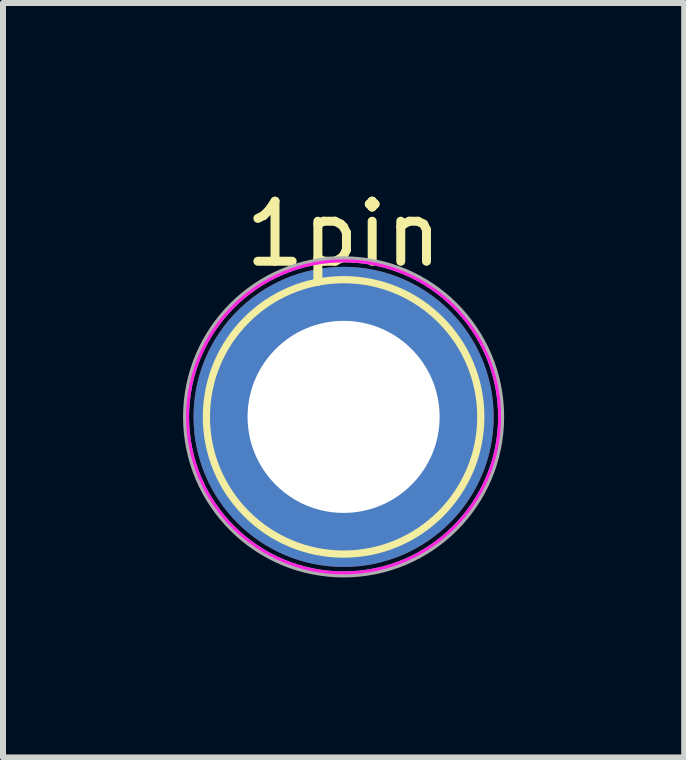
<source format=kicad_pcb>
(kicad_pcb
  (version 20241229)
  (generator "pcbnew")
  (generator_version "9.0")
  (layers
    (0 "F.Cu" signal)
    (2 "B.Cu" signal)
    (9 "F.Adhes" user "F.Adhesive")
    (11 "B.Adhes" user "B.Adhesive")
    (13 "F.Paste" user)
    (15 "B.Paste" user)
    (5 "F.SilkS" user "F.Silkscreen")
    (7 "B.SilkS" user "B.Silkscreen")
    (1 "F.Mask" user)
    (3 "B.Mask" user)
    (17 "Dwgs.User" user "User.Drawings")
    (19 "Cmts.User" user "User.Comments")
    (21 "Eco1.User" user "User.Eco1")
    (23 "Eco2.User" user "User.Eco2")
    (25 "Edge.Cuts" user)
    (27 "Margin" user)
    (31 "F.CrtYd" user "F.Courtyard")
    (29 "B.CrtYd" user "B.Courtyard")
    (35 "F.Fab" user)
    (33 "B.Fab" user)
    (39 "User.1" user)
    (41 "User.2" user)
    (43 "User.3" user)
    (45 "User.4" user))
  (footprint "1pin"
    (layer "F.Cu")
    (at 2.675 3.896)
    (property "Reference" "1pin" (at 0 -3.048 0) (layer "F.SilkS") (effects (font (size 1 1) (thickness 0.15))))
    (attr through_hole)
    (fp_circle (center 0 0) (end 0 -2.286) (stroke (width 0.12) (type solid)) (fill no) (layer "F.SilkS"))
    (fp_circle (center 0 0) (end 2.6 0) (stroke (width 0.05) (type solid)) (fill no) (layer "F.CrtYd"))
    (fp_circle (center 0 0) (end 2.5 0.8) (stroke (width 0.1) (type solid)) (fill no) (layer "F.Fab"))
    (pad "1" thru_hole circle (at 0 0) (size 5 5) (drill 3.2) (layers "*.Cu" "*.Mask")))
  (gr_rect
    (start -3 -3)
    (end 8.35 9.571)
    (stroke (width 0.1) (type default))
    (fill no)
    (layer "Edge.Cuts")))
</source>
